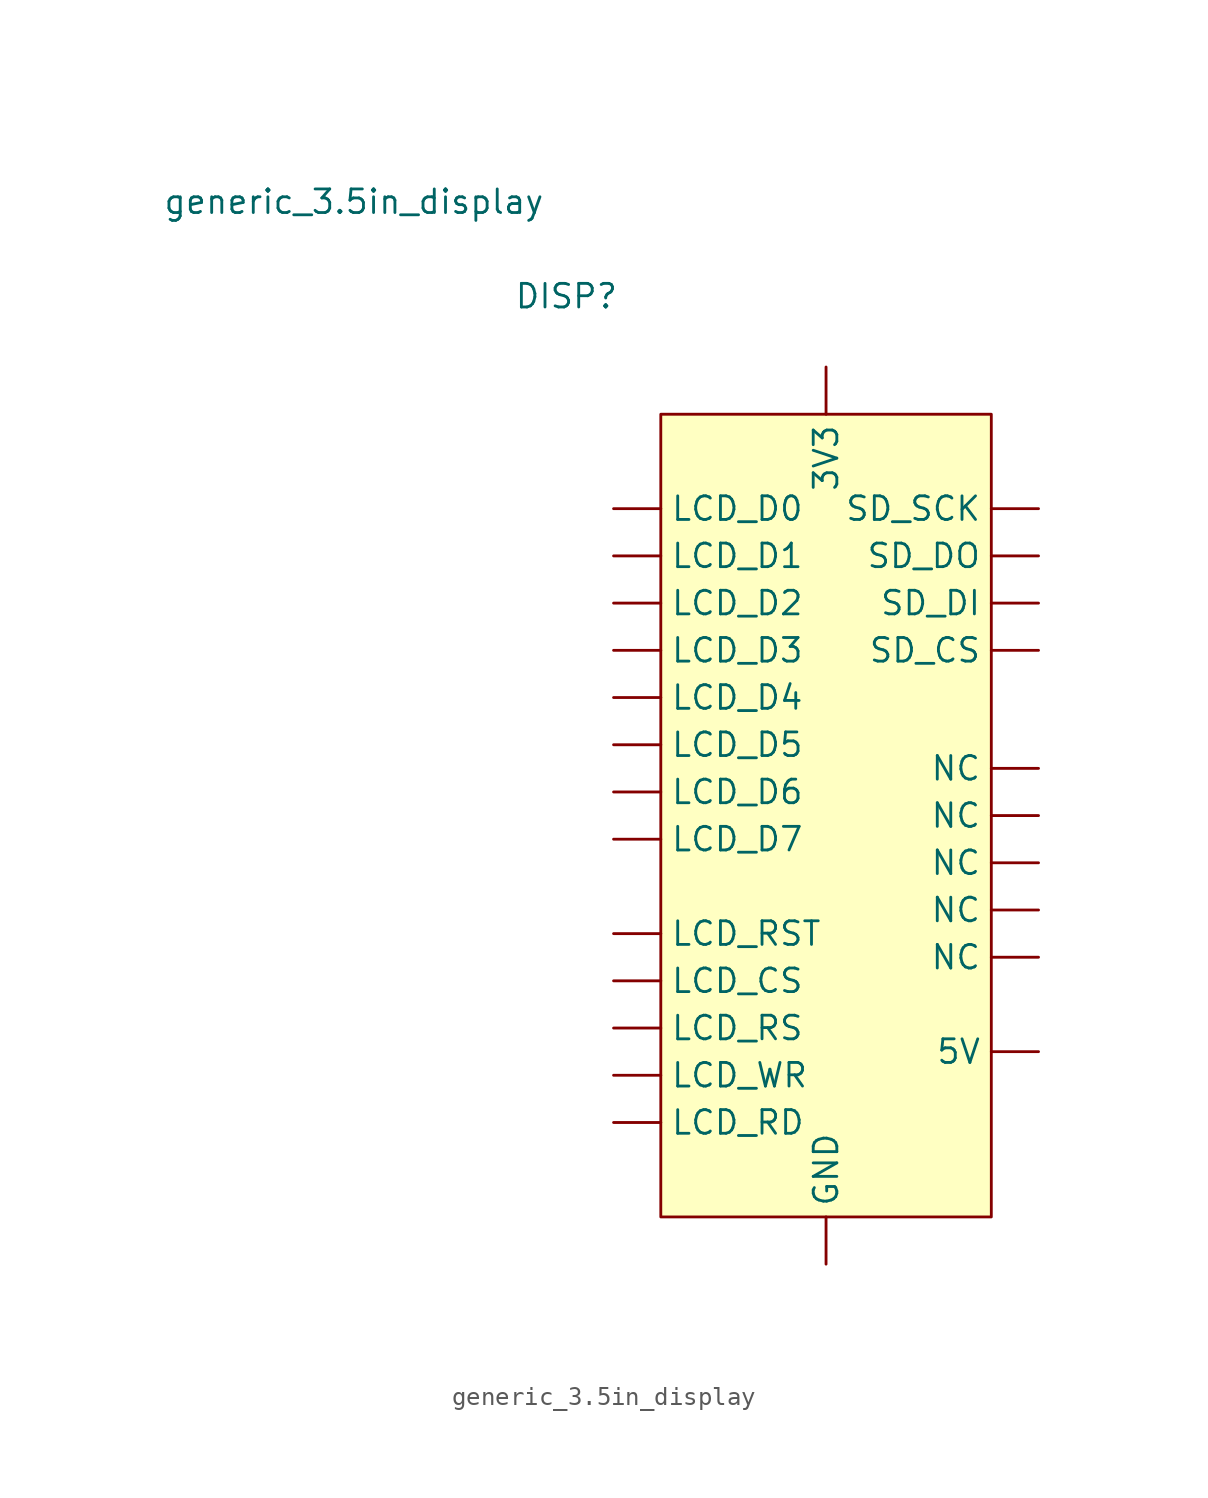
<source format=kicad_sym>
(kicad_symbol_lib
  (version 20211014)
  (generator kicad_symbol_editor)
  (symbol "generic_3.5in_display"
    (property "Reference" "DISP"
      (at -13.97 3.81 0)
      (effects (font (size 1.27 1.27))))
    (property "Value" "generic_3.5in_display"
      (at -25.4 8.89 0)
      (effects (font (size 1.27 1.27))))
    (symbol "generic_3.5in_display_0_1"
      (rectangle (start -8.89 -2.54) (end 8.89 -45.72) (stroke (width 0.152) (type default) (color 0 0 0 0)) (fill (type background))))
    (symbol "generic_3.5in_display_1_1"
      (pin input line (at 0 0 270) (length 2.54) (name "3V3" (effects (font (size 1.27 1.27)))) (number "" (effects (font (size 1.27 1.27)))))
      (pin input line (at 11.43 -36.83 180) (length 2.54) (name "5V" (effects (font (size 1.27 1.27)))) (number "" (effects (font (size 1.27 1.27)))))
      (pin input line (at 0 -48.26 90) (length 2.54) (name "GND" (effects (font (size 1.27 1.27)))) (number "" (effects (font (size 1.27 1.27)))))
      (pin input line (at -11.43 -33.02 0) (length 2.54) (name "LCD_CS" (effects (font (size 1.27 1.27)))) (number "" (effects (font (size 1.27 1.27)))))
      (pin input line (at -11.43 -7.62 0) (length 2.54) (name "LCD_D0" (effects (font (size 1.27 1.27)))) (number "" (effects (font (size 1.27 1.27)))))
      (pin input line (at -11.43 -10.16 0) (length 2.54) (name "LCD_D1" (effects (font (size 1.27 1.27)))) (number "" (effects (font (size 1.27 1.27)))))
      (pin input line (at -11.43 -12.7 0) (length 2.54) (name "LCD_D2" (effects (font (size 1.27 1.27)))) (number "" (effects (font (size 1.27 1.27)))))
      (pin input line (at -11.43 -15.24 0) (length 2.54) (name "LCD_D3" (effects (font (size 1.27 1.27)))) (number "" (effects (font (size 1.27 1.27)))))
      (pin input line (at -11.43 -17.78 0) (length 2.54) (name "LCD_D4" (effects (font (size 1.27 1.27)))) (number "" (effects (font (size 1.27 1.27)))))
      (pin input line (at -11.43 -20.32 0) (length 2.54) (name "LCD_D5" (effects (font (size 1.27 1.27)))) (number "" (effects (font (size 1.27 1.27)))))
      (pin input line (at -11.43 -22.86 0) (length 2.54) (name "LCD_D6" (effects (font (size 1.27 1.27)))) (number "" (effects (font (size 1.27 1.27)))))
      (pin input line (at -11.43 -25.4 0) (length 2.54) (name "LCD_D7" (effects (font (size 1.27 1.27)))) (number "" (effects (font (size 1.27 1.27)))))
      (pin input line (at -11.43 -40.64 0) (length 2.54) (name "LCD_RD" (effects (font (size 1.27 1.27)))) (number "" (effects (font (size 1.27 1.27)))))
      (pin input line (at -11.43 -35.56 0) (length 2.54) (name "LCD_RS" (effects (font (size 1.27 1.27)))) (number "" (effects (font (size 1.27 1.27)))))
      (pin input line (at -11.43 -30.48 0) (length 2.54) (name "LCD_RST" (effects (font (size 1.27 1.27)))) (number "" (effects (font (size 1.27 1.27)))))
      (pin input line (at -11.43 -38.1 0) (length 2.54) (name "LCD_WR" (effects (font (size 1.27 1.27)))) (number "" (effects (font (size 1.27 1.27)))))
      (pin input line (at 11.43 -31.75 180) (length 2.54) (name "NC" (effects (font (size 1.27 1.27)))) (number "" (effects (font (size 1.27 1.27)))))
      (pin input line (at 11.43 -29.21 180) (length 2.54) (name "NC" (effects (font (size 1.27 1.27)))) (number "" (effects (font (size 1.27 1.27)))))
      (pin input line (at 11.43 -26.67 180) (length 2.54) (name "NC" (effects (font (size 1.27 1.27)))) (number "" (effects (font (size 1.27 1.27)))))
      (pin input line (at 11.43 -24.13 180) (length 2.54) (name "NC" (effects (font (size 1.27 1.27)))) (number "" (effects (font (size 1.27 1.27)))))
      (pin input line (at 11.43 -21.59 180) (length 2.54) (name "NC" (effects (font (size 1.27 1.27)))) (number "" (effects (font (size 1.27 1.27)))))
      (pin input line (at 11.43 -15.24 180) (length 2.54) (name "SD_CS" (effects (font (size 1.27 1.27)))) (number "" (effects (font (size 1.27 1.27)))))
      (pin input line (at 11.43 -12.7 180) (length 2.54) (name "SD_DI" (effects (font (size 1.27 1.27)))) (number "" (effects (font (size 1.27 1.27)))))
      (pin input line (at 11.43 -10.16 180) (length 2.54) (name "SD_DO" (effects (font (size 1.27 1.27)))) (number "" (effects (font (size 1.27 1.27)))))
      (pin input line (at 11.43 -7.62 180) (length 2.54) (name "SD_SCK" (effects (font (size 1.27 1.27)))) (number "" (effects (font (size 1.27 1.27))))))))
</source>
